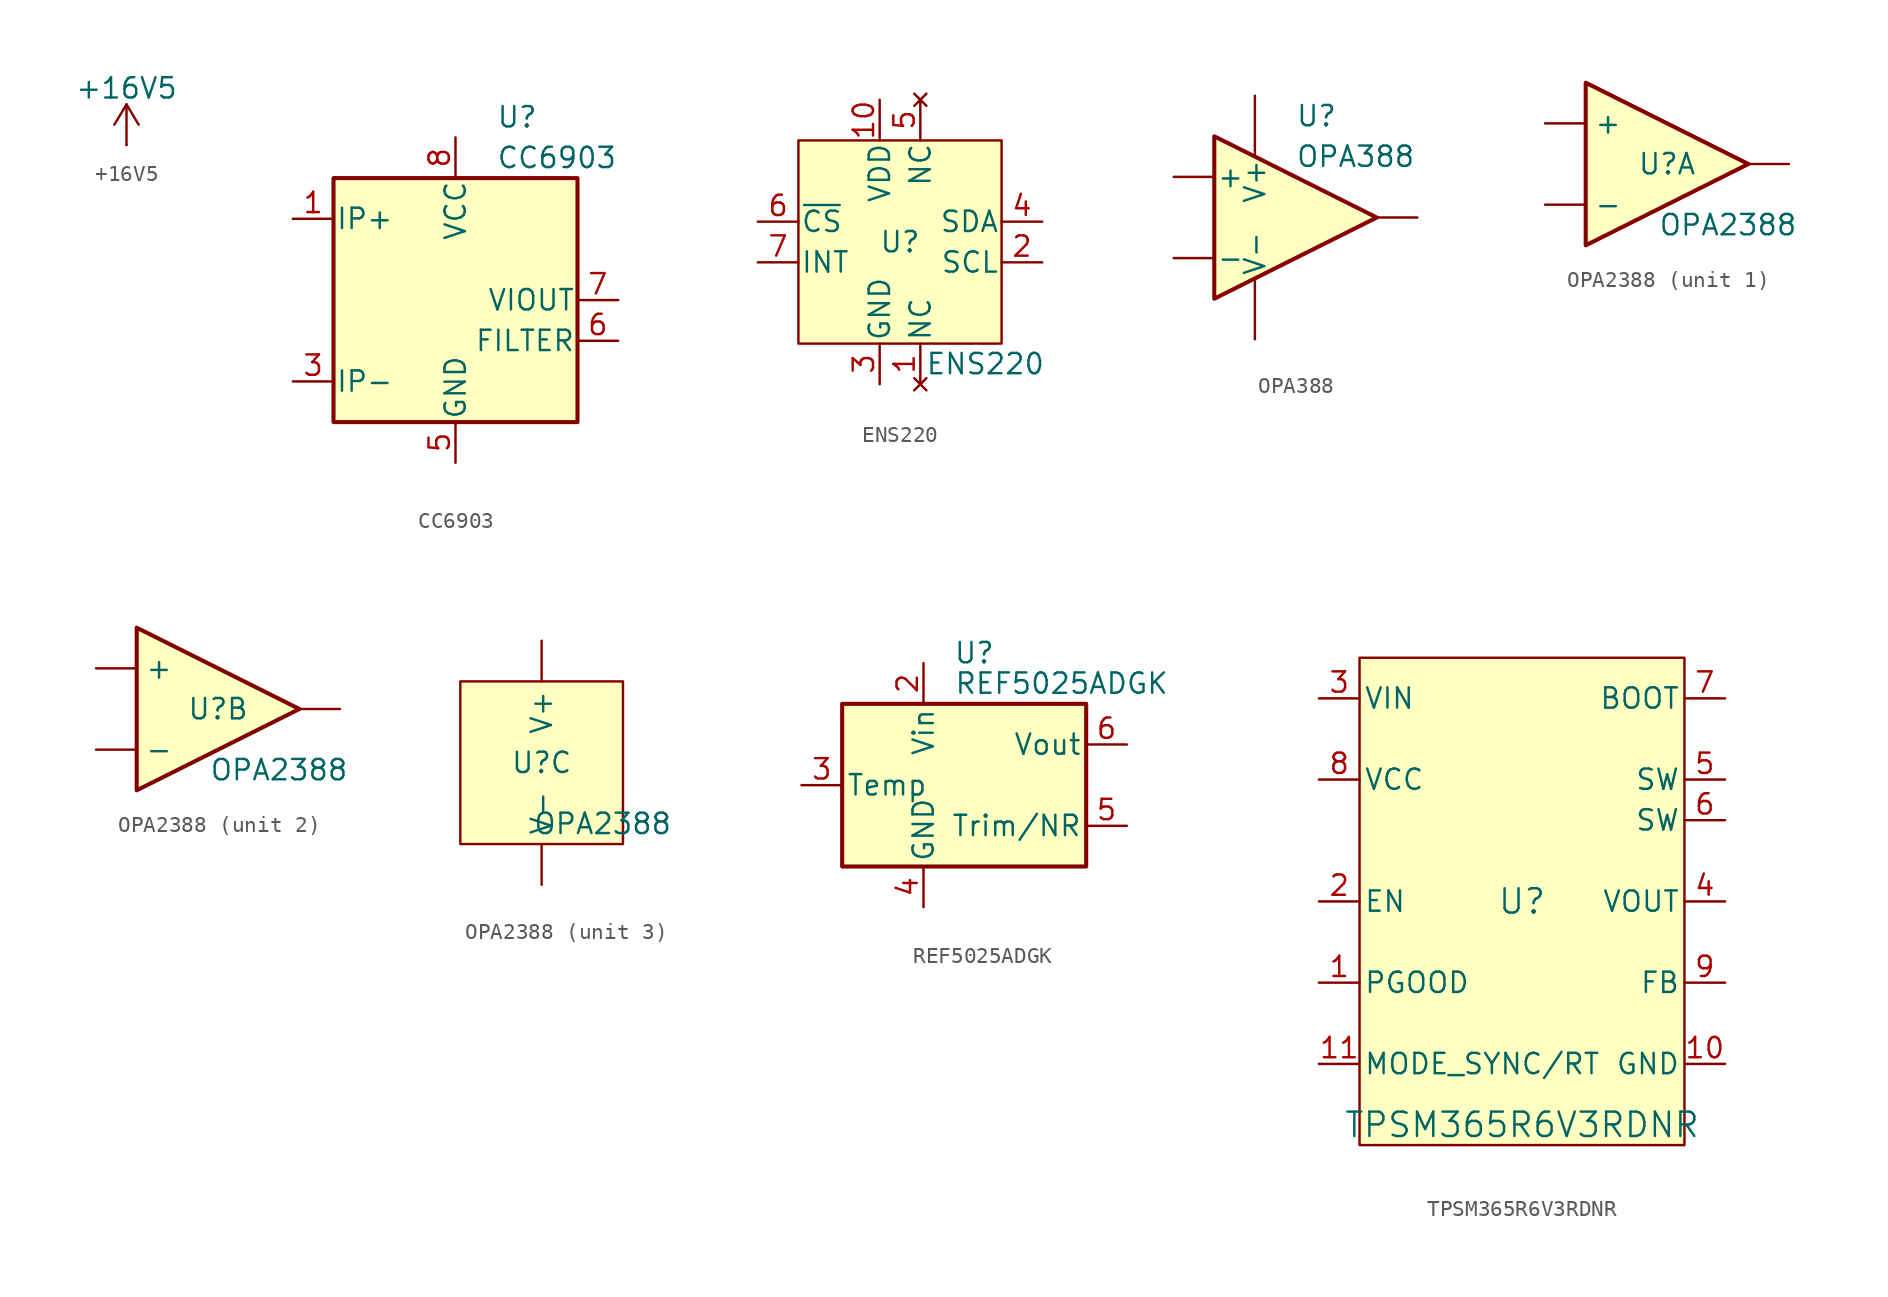
<source format=kicad_sym>
(kicad_symbol_lib
  (version 20241209)
  (generator "kicad_symbol_editor")
  (generator_version "9.0")
  (symbol "+16V5"
    (power)
    (pin_numbers
      (hide yes))
    (pin_names
      (offset 0)
      (hide yes))
    (property "Reference" "#PWR"
      (at 0 -3.81 0)
      (effects (font (size 1.27 1.27)) (hide yes)))
    (property "Value" "+16V5"
      (at 0 3.556 0)
      (do_not_autoplace)
      (effects (font (size 1.27 1.27))))
    (symbol "+16V5_0_1"
      (polyline (pts (xy -0.762 1.27) (xy 0 2.54)) (stroke (width 0) (type default)) (fill (type none)))
      (polyline (pts (xy 0 2.54) (xy 0.762 1.27)) (stroke (width 0) (type default)) (fill (type none)))
      (polyline (pts (xy 0 0) (xy 0 2.54)) (stroke (width 0) (type default)) (fill (type none))))
    (symbol "+16V5_1_1"
      (pin power_in line (at 0 0 90) (length 0) (name "~" (effects (font (size 1.27 1.27)))) (number "1" (effects (font (size 1.27 1.27)))))))
  (symbol "CC6903"
    (pin_names
      (offset 0.127))
    (property "Reference" "U"
      (at 2.54 11.43 0)
      (effects (font (size 1.27 1.27)) (justify left)))
    (property "Value" "CC6903"
      (at 2.54 8.89 0)
      (effects (font (size 1.27 1.27)) (justify left)))
    (symbol "CC6903_0_1"
      (rectangle (start -7.62 7.62) (end 7.62 -7.62) (stroke (width 0.254) (type default)) (fill (type background))))
    (symbol "CC6903_1_1"
      (pin passive line (at -10.16 5.08 0) (length 2.54) (name "IP+" (effects (font (size 1.27 1.27)))) (number "1" (effects (font (size 1.27 1.27)))))
      (pin passive line (at -10.16 5.08 0) (length 2.54) (hide yes) (name "IP+" (effects (font (size 1.27 1.27)))) (number "2" (effects (font (size 1.27 1.27)))))
      (pin passive line (at -10.16 -5.08 0) (length 2.54) (name "IP-" (effects (font (size 1.27 1.27)))) (number "3" (effects (font (size 1.27 1.27)))))
      (pin passive line (at -10.16 -5.08 0) (length 2.54) (hide yes) (name "IP-" (effects (font (size 1.27 1.27)))) (number "4" (effects (font (size 1.27 1.27)))))
      (pin power_in line (at 0 10.16 270) (length 2.54) (name "VCC" (effects (font (size 1.27 1.27)))) (number "8" (effects (font (size 1.27 1.27)))))
      (pin power_in line (at 0 -10.16 90) (length 2.54) (name "GND" (effects (font (size 1.27 1.27)))) (number "5" (effects (font (size 1.27 1.27)))))
      (pin output line (at 10.16 0 180) (length 2.54) (name "VIOUT" (effects (font (size 1.27 1.27)))) (number "7" (effects (font (size 1.27 1.27)))))
      (pin passive line (at 10.16 -2.54 180) (length 2.54) (name "FILTER" (effects (font (size 1.27 1.27)))) (number "6" (effects (font (size 1.27 1.27)))))))
  (symbol "ENS220"
    (pin_names
      (offset 0.127))
    (property "Reference" "U"
      (at 0 0 0)
      (effects (font (size 1.27 1.27))))
    (property "Value" "ENS220"
      (at 5.334 -7.62 0)
      (effects (font (size 1.27 1.27))))
    (symbol "ENS220_0_1"
      (rectangle (start -6.35 6.35) (end 6.35 -6.35) (stroke (width 0) (type default)) (fill (type background))))
    (symbol "ENS220_1_1"
      (pin input line (at -8.89 1.27 0) (length 2.54) (name "~{CS}" (effects (font (size 1.27 1.27)))) (number "6" (effects (font (size 1.27 1.27)))))
      (pin output line (at -8.89 -1.27 0) (length 2.54) (name "INT" (effects (font (size 1.27 1.27)))) (number "7" (effects (font (size 1.27 1.27)))) (alternate "SDO" open_collector line))
      (pin power_in line (at -1.27 8.89 270) (length 2.54) (name "VDD" (effects (font (size 1.27 1.27)))) (number "10" (effects (font (size 1.27 1.27)))))
      (pin power_in line (at -1.27 -8.89 90) (length 2.54) (name "GND" (effects (font (size 1.27 1.27)))) (number "3" (effects (font (size 1.27 1.27)))))
      (pin power_in line (at -1.27 -8.89 90) (length 2.54) (hide yes) (name "GND" (effects (font (size 1.27 1.27)))) (number "8" (effects (font (size 1.27 1.27)))))
      (pin power_in line (at -1.27 -8.89 90) (length 2.54) (hide yes) (name "GND" (effects (font (size 1.27 1.27)))) (number "9" (effects (font (size 1.27 1.27)))))
      (pin no_connect line (at 1.27 8.89 270) (length 2.54) (name "NC" (effects (font (size 1.27 1.27)))) (number "5" (effects (font (size 1.27 1.27)))))
      (pin no_connect line (at 1.27 -8.89 90) (length 2.54) (name "NC" (effects (font (size 1.27 1.27)))) (number "1" (effects (font (size 1.27 1.27)))))
      (pin bidirectional line (at 8.89 1.27 180) (length 2.54) (name "SDA" (effects (font (size 1.27 1.27)))) (number "4" (effects (font (size 1.27 1.27)))) (alternate "SDI" bidirectional line))
      (pin input line (at 8.89 -1.27 180) (length 2.54) (name "SCL" (effects (font (size 1.27 1.27)))) (number "2" (effects (font (size 1.27 1.27)))) (alternate "SCLK" input line))))
  (symbol "OPA388"
    (pin_numbers
      (hide yes))
    (pin_names
      (offset 0.127))
    (property "Reference" "U"
      (at 0 6.35 0)
      (effects (font (size 1.27 1.27)) (justify left)))
    (property "Value" "OPA388"
      (at 0 3.81 0)
      (effects (font (size 1.27 1.27)) (justify left)))
    (symbol "OPA388_0_1"
      (polyline (pts (xy -5.08 5.08) (xy 5.08 0) (xy -5.08 -5.08) (xy -5.08 5.08)) (stroke (width 0.254) (type default)) (fill (type background))))
    (symbol "OPA388_1_1"
      (pin input line (at -7.62 2.54 0) (length 2.54) (name "+" (effects (font (size 1.27 1.27)))) (number "3" (effects (font (size 1.27 1.27)))))
      (pin input line (at -7.62 -2.54 0) (length 2.54) (name "-" (effects (font (size 1.27 1.27)))) (number "4" (effects (font (size 1.27 1.27)))))
      (pin power_in line (at -2.54 7.62 270) (length 3.81) (name "V+" (effects (font (size 1.27 1.27)))) (number "5" (effects (font (size 1.27 1.27)))))
      (pin power_in line (at -2.54 -7.62 90) (length 3.81) (name "V-" (effects (font (size 1.27 1.27)))) (number "2" (effects (font (size 1.27 1.27)))))
      (pin output line (at 7.62 0 180) (length 2.54) (name "~" (effects (font (size 1.27 1.27)))) (number "1" (effects (font (size 1.27 1.27)))))))
  (symbol "OPA2388"
    (pin_numbers
      (hide yes))
    (property "Reference" "U"
      (at 0 0 0)
      (effects (font (size 1.27 1.27))))
    (property "Value" "OPA2388"
      (at 3.81 -3.81 0)
      (effects (font (size 1.27 1.27))))
    (property "ki_locked" ""
      (at 0 0 0)
      (effects (font (size 1.27 1.27))))
    (symbol "OPA2388_1_1"
      (unit_name "A")
      (polyline (pts (xy -5.08 5.08) (xy 5.08 0) (xy -5.08 -5.08) (xy -5.08 5.08)) (stroke (width 0.254) (type default)) (fill (type background)))
      (pin input line (at -7.62 2.54 0) (length 2.54) (name "+" (effects (font (size 1.27 1.27)))) (number "3" (effects (font (size 1.27 1.27)))))
      (pin input line (at -7.62 -2.54 0) (length 2.54) (name "-" (effects (font (size 1.27 1.27)))) (number "2" (effects (font (size 1.27 1.27)))))
      (pin output line (at 7.62 0 180) (length 2.54) (name "~" (effects (font (size 1.27 1.27)))) (number "1" (effects (font (size 1.27 1.27))))))
    (symbol "OPA2388_2_1"
      (unit_name "B")
      (polyline (pts (xy -5.08 5.08) (xy 5.08 0) (xy -5.08 -5.08) (xy -5.08 5.08)) (stroke (width 0.254) (type default)) (fill (type background)))
      (pin input line (at -7.62 2.54 0) (length 2.54) (name "+" (effects (font (size 1.27 1.27)))) (number "5" (effects (font (size 1.27 1.27)))))
      (pin input line (at -7.62 -2.54 0) (length 2.54) (name "-" (effects (font (size 1.27 1.27)))) (number "6" (effects (font (size 1.27 1.27)))))
      (pin output line (at 7.62 0 180) (length 2.54) (name "~" (effects (font (size 1.27 1.27)))) (number "7" (effects (font (size 1.27 1.27))))))
    (symbol "OPA2388_3_1"
      (unit_name "Power")
      (rectangle (start -5.08 5.08) (end 5.08 -5.08) (stroke (width 0) (type default)) (fill (type background)))
      (pin power_in line (at 0 7.62 270) (length 2.54) (name "V+" (effects (font (size 1.27 1.27)))) (number "8" (effects (font (size 1.27 1.27)))))
      (pin power_in line (at 0 -7.62 90) (length 2.54) (name "V-" (effects (font (size 1.27 1.27)))) (number "4" (effects (font (size 1.27 1.27)))))))
  (symbol "REF5025ADGK"
    (pin_names
      (offset 0.254))
    (property "Reference" "U"
      (at 0.635 8.255 0)
      (effects (font (size 1.27 1.27))))
    (property "Value" "REF5025ADGK"
      (at -0.635 6.35 0)
      (effects (font (size 1.27 1.27)) (justify left)))
    (symbol "REF5025ADGK_0_1"
      (rectangle (start -7.62 5.08) (end 7.62 -5.08) (stroke (width 0.254) (type default)) (fill (type background))))
    (symbol "REF5025ADGK_1_1"
      (pin passive line (at -10.16 0 0) (length 2.54) (name "Temp" (effects (font (size 1.27 1.27)))) (number "3" (effects (font (size 1.27 1.27)))))
      (pin no_connect line (at -7.62 2.54 0) (length 2.54) (hide yes) (name "DNC" (effects (font (size 1.27 1.27)))) (number "1" (effects (font (size 1.27 1.27)))))
      (pin no_connect line (at -5.08 -5.08 90) (length 2.54) (hide yes) (name "NC" (effects (font (size 1.27 1.27)))) (number "7" (effects (font (size 1.27 1.27)))))
      (pin power_in line (at -2.54 7.62 270) (length 2.54) (name "Vin" (effects (font (size 1.27 1.27)))) (number "2" (effects (font (size 1.27 1.27)))))
      (pin power_in line (at -2.54 -7.62 90) (length 2.54) (name "GND" (effects (font (size 1.27 1.27)))) (number "4" (effects (font (size 1.27 1.27)))))
      (pin no_connect line (at 7.62 0 180) (length 2.54) (hide yes) (name "DNC" (effects (font (size 1.27 1.27)))) (number "8" (effects (font (size 1.27 1.27)))))
      (pin output line (at 10.16 2.54 180) (length 2.54) (name "Vout" (effects (font (size 1.27 1.27)))) (number "6" (effects (font (size 1.27 1.27)))))
      (pin passive line (at 10.16 -2.54 180) (length 2.54) (name "Trim/NR" (effects (font (size 1.27 1.27)))) (number "5" (effects (font (size 1.27 1.27)))))))
  (symbol "TPSM365R6V3RDNR"
    (pin_names
      (offset 0.254))
    (property "Reference" "U"
      (at 0 0 0)
      (effects (font (size 1.524 1.524))))
    (property "Value" "TPSM365R6V3RDNR"
      (at 0 -13.97 0)
      (effects (font (size 1.524 1.524))))
    (property "ki_locked" ""
      (at 0 0 0)
      (effects (font (size 1.27 1.27))))
    (symbol "TPSM365R6V3RDNR_0_1"
      (pin power_in line (at -12.7 12.7 0) (length 2.54) (name "VIN" (effects (font (size 1.27 1.27)))) (number "3" (effects (font (size 1.27 1.27)))))
      (pin input line (at -12.7 0 0) (length 2.54) (name "EN" (effects (font (size 1.27 1.27)))) (number "2" (effects (font (size 1.27 1.27)))))
      (pin open_collector line (at -12.7 -5.08 0) (length 2.54) (name "PGOOD" (effects (font (size 1.27 1.27)))) (number "1" (effects (font (size 1.27 1.27)))))
      (pin power_in line (at 12.7 -10.16 180) (length 2.54) (name "GND" (effects (font (size 1.27 1.27)))) (number "10" (effects (font (size 1.27 1.27))))))
    (symbol "TPSM365R6V3RDNR_1_1"
      (rectangle (start -10.16 15.24) (end 10.16 -15.24) (stroke (width 0) (type default)) (fill (type background)))
      (pin passive line (at -12.7 7.62 0) (length 2.54) (name "VCC" (effects (font (size 1.27 1.27)))) (number "8" (effects (font (size 1.27 1.27)))))
      (pin input line (at -12.7 -10.16 0) (length 2.54) (name "MODE_SYNC/RT" (effects (font (size 1.27 1.27)))) (number "11" (effects (font (size 1.27 1.27)))))
      (pin passive line (at 12.7 12.7 180) (length 2.54) (name "BOOT" (effects (font (size 1.27 1.27)))) (number "7" (effects (font (size 1.27 1.27)))))
      (pin passive line (at 12.7 7.62 180) (length 2.54) (name "SW" (effects (font (size 1.27 1.27)))) (number "5" (effects (font (size 1.27 1.27)))))
      (pin passive line (at 12.7 5.08 180) (length 2.54) (name "SW" (effects (font (size 1.27 1.27)))) (number "6" (effects (font (size 1.27 1.27)))))
      (pin power_out line (at 12.7 0 180) (length 2.54) (name "VOUT" (effects (font (size 1.27 1.27)))) (number "4" (effects (font (size 1.27 1.27)))))
      (pin input line (at 12.7 -5.08 180) (length 2.54) (name "FB" (effects (font (size 1.27 1.27)))) (number "9" (effects (font (size 1.27 1.27))))))))
</source>
